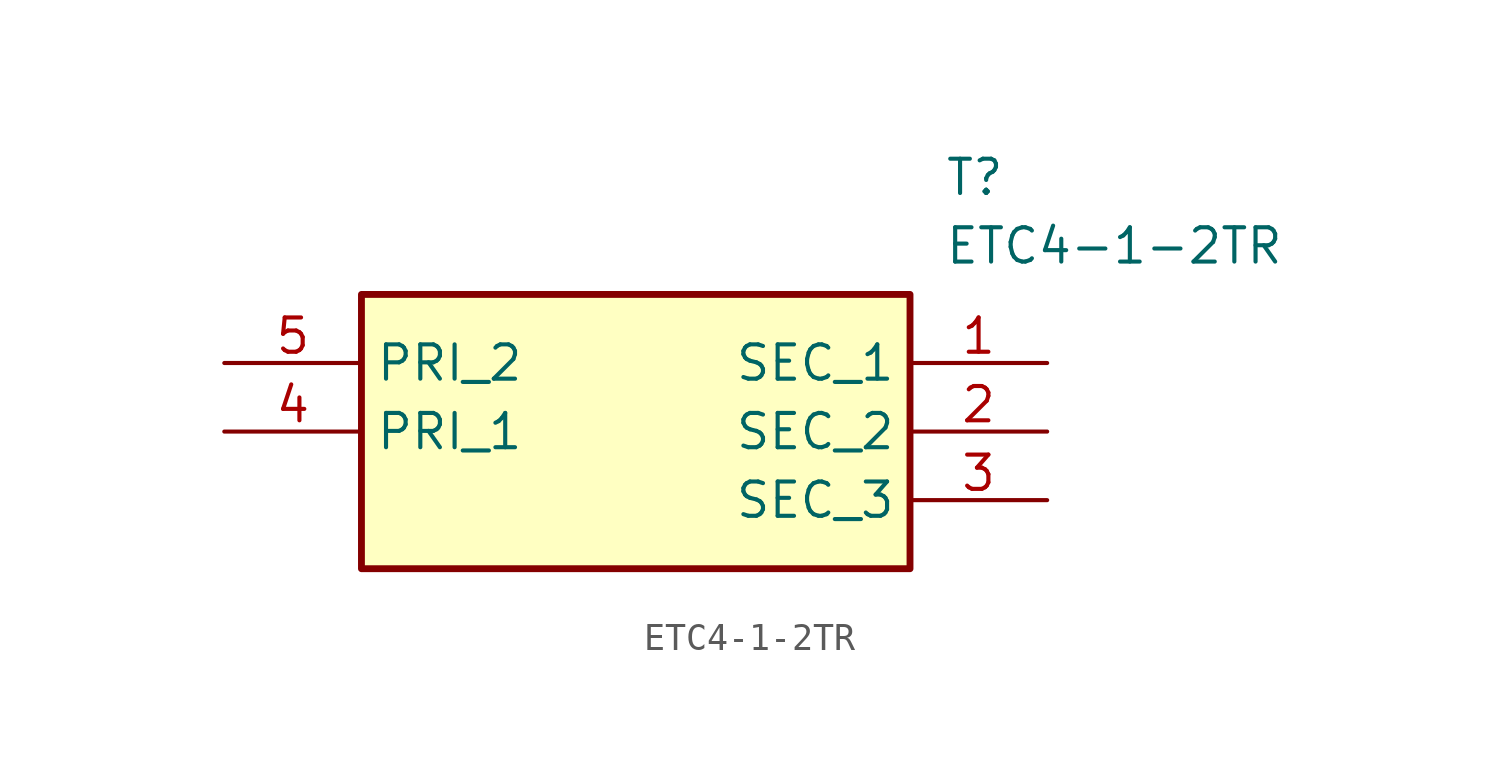
<source format=kicad_sym>
(kicad_symbol_lib
  (version 20211014)
  (generator SamacSys_ECAD_Model)
  (symbol "ETC4-1-2TR"
    (property "Reference" "T"
      (at 26.67 7.62 0)
      (effects (font (size 1.27 1.27)) (justify left top)))
    (property "Value" "ETC4-1-2TR"
      (at 26.67 5.08 0)
      (effects (font (size 1.27 1.27)) (justify left top)))
    (rectangle
      (start 5.08 2.54)
      (end 25.4 -7.62)
      (stroke (width 0.254) (type default))
      (fill (type background)))
    (pin passive line
      (at 30.48 0 180)
      (length 5.08)
      (name "SEC_1" (effects (font (size 1.27 1.27))))
      (number "1" (effects (font (size 1.27 1.27)))))
    (pin passive line
      (at 30.48 -2.54 180)
      (length 5.08)
      (name "SEC_2" (effects (font (size 1.27 1.27))))
      (number "2" (effects (font (size 1.27 1.27)))))
    (pin passive line
      (at 30.48 -5.08 180)
      (length 5.08)
      (name "SEC_3" (effects (font (size 1.27 1.27))))
      (number "3" (effects (font (size 1.27 1.27)))))
    (pin passive line
      (at 0 -2.54 0)
      (length 5.08)
      (name "PRI_1" (effects (font (size 1.27 1.27))))
      (number "4" (effects (font (size 1.27 1.27)))))
    (pin passive line
      (at 0 0 0)
      (length 5.08)
      (name "PRI_2" (effects (font (size 1.27 1.27))))
      (number "5" (effects (font (size 1.27 1.27)))))))
</source>
